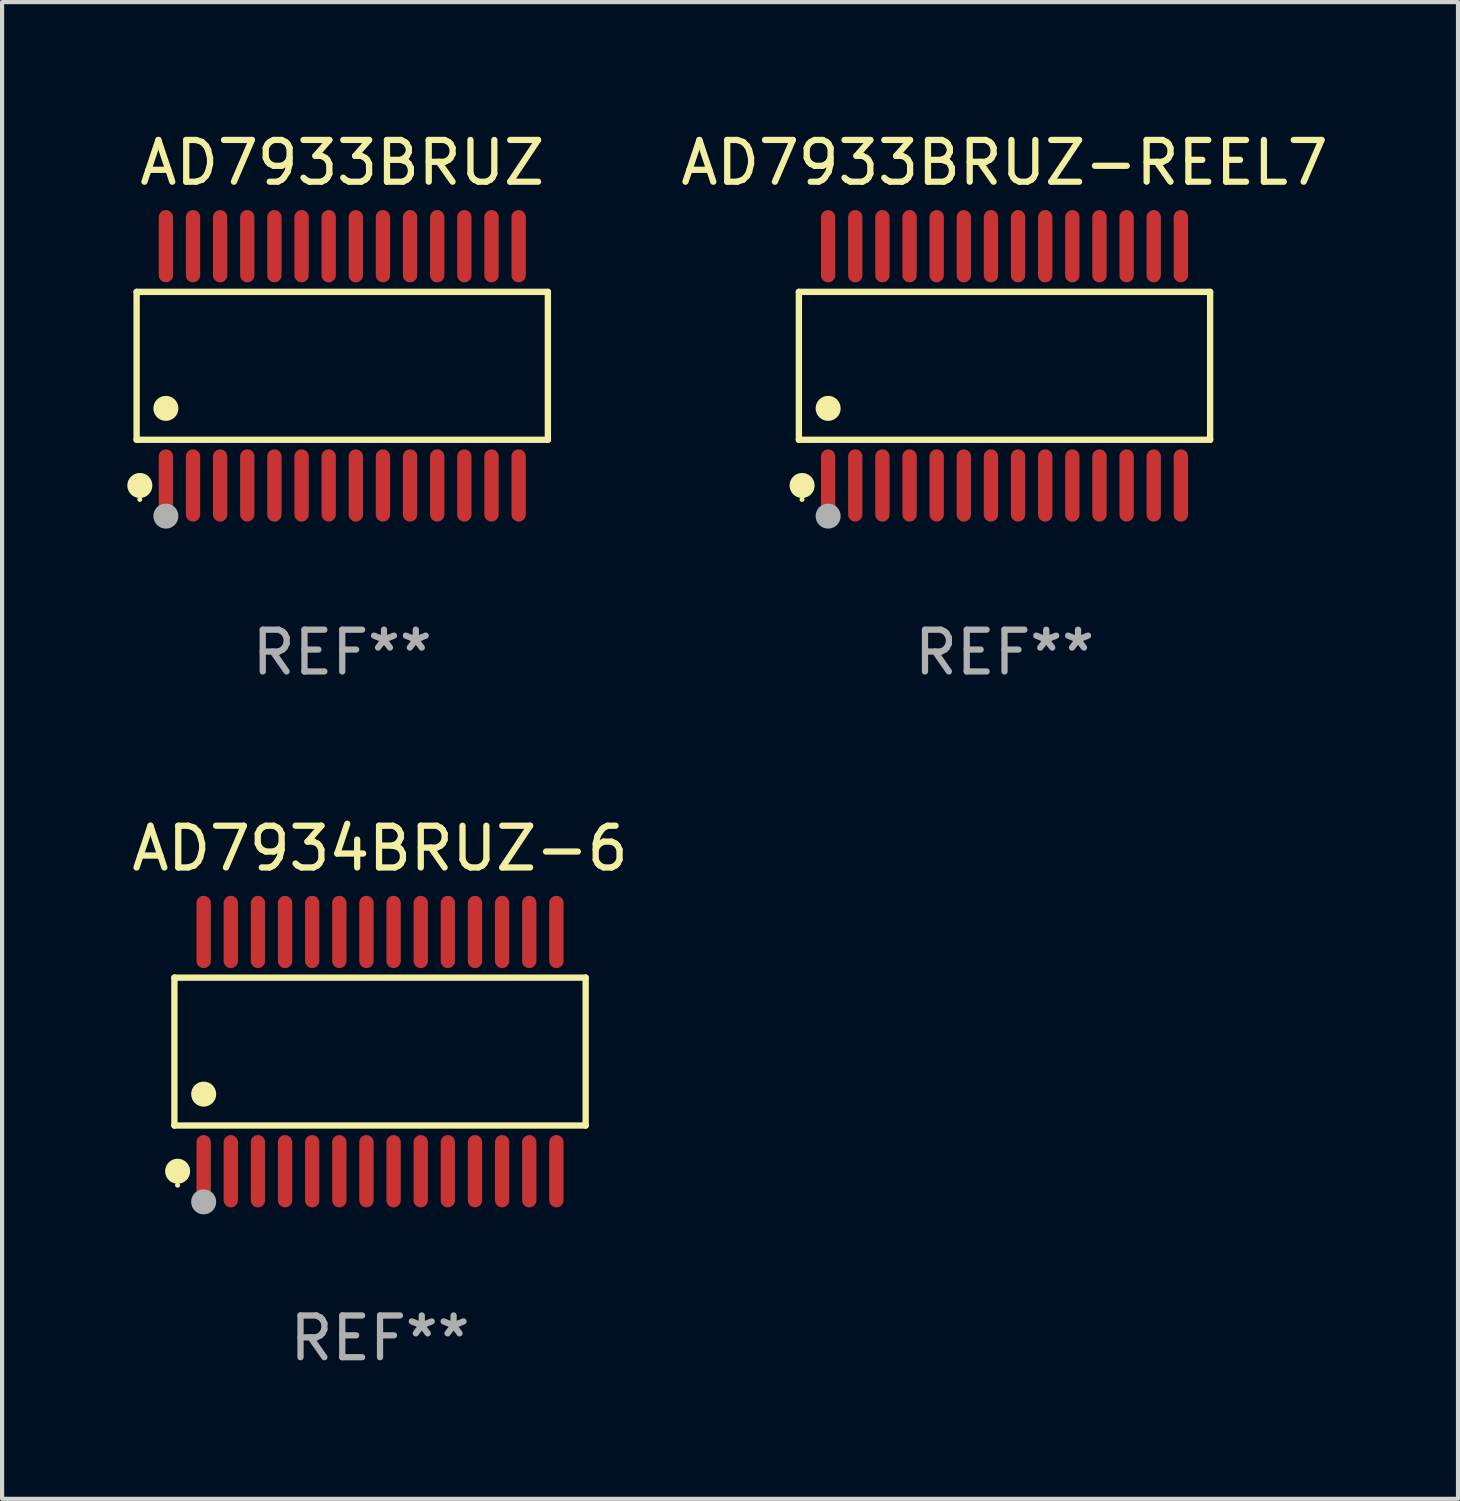
<source format=kicad_pcb>
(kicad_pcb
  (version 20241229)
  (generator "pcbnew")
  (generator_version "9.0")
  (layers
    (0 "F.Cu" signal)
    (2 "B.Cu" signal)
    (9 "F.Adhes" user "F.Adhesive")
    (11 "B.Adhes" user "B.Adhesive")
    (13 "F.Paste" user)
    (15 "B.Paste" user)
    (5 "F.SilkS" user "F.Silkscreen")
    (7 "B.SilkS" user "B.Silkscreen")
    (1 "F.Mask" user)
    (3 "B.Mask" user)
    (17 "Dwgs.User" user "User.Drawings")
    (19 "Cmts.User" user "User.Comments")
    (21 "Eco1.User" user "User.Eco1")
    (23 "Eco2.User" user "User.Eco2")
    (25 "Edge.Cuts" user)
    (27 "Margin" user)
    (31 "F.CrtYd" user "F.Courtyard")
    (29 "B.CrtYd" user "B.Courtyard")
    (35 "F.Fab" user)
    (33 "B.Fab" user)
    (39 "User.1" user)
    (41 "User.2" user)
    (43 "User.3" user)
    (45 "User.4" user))
  (footprint "AD7933BRUZ-REEL7"
    (layer "F.Cu")
    (at 21.014 5.714)
    (property "Reference" "AD7933BRUZ-REEL7" (at 0 -4.866 0) (layer "F.SilkS") (effects (font (size 1 1) (thickness 0.15))))
    (attr through_hole)
    (fp_line (start -4.926 -1.772) (end 4.926 -1.772) (stroke (width 0.152) (type solid)) (layer "F.SilkS"))
    (fp_line (start -4.926 1.771) (end -4.926 -1.772) (stroke (width 0.152) (type solid)) (layer "F.SilkS"))
    (fp_line (start 4.926 -1.772) (end 4.926 1.771) (stroke (width 0.152) (type solid)) (layer "F.SilkS"))
    (fp_line (start 4.926 1.771) (end -4.926 1.771) (stroke (width 0.152) (type solid)) (layer "F.SilkS"))
    (fp_circle (center -4.85 3.2) (end -4.82 3.2) (stroke (width 0.06) (type solid)) (fill no) (layer "F.SilkS"))
    (fp_circle (center -4.849 2.866) (end -4.699 2.866) (stroke (width 0.3) (type solid)) (fill no) (layer "F.SilkS"))
    (fp_circle (center -4.225 1.019) (end -4.075 1.019) (stroke (width 0.3) (type solid)) (fill no) (layer "F.SilkS"))
    (fp_circle (center -4.225 3.6) (end -4.075 3.6) (stroke (width 0.3) (type solid)) (fill no) (layer "F.Fab"))
    (fp_text user "REF**" (at 0 6.866 0) (layer "F.Fab") (effects (font (size 1 1) (thickness 0.15))))
    (pad "1" smd oval (at -4.225 2.866) (size 0.343 1.731) (layers "F.Cu" "F.Mask" "F.Paste"))
    (pad "2" smd oval (at -3.575 2.866) (size 0.343 1.731) (layers "F.Cu" "F.Mask" "F.Paste"))
    (pad "3" smd oval (at -2.925 2.866) (size 0.343 1.731) (layers "F.Cu" "F.Mask" "F.Paste"))
    (pad "4" smd oval (at -2.275 2.866) (size 0.343 1.731) (layers "F.Cu" "F.Mask" "F.Paste"))
    (pad "5" smd oval (at -1.625 2.866) (size 0.343 1.731) (layers "F.Cu" "F.Mask" "F.Paste"))
    (pad "6" smd oval (at -0.975 2.866) (size 0.343 1.731) (layers "F.Cu" "F.Mask" "F.Paste"))
    (pad "7" smd oval (at -0.325 2.866) (size 0.343 1.731) (layers "F.Cu" "F.Mask" "F.Paste"))
    (pad "8" smd oval (at 0.325 2.866) (size 0.343 1.731) (layers "F.Cu" "F.Mask" "F.Paste"))
    (pad "9" smd oval (at 0.975 2.866) (size 0.343 1.731) (layers "F.Cu" "F.Mask" "F.Paste"))
    (pad "10" smd oval (at 1.625 2.866) (size 0.343 1.731) (layers "F.Cu" "F.Mask" "F.Paste"))
    (pad "11" smd oval (at 2.275 2.866) (size 0.343 1.731) (layers "F.Cu" "F.Mask" "F.Paste"))
    (pad "12" smd oval (at 2.925 2.866) (size 0.343 1.731) (layers "F.Cu" "F.Mask" "F.Paste"))
    (pad "13" smd oval (at 3.575 2.866) (size 0.343 1.731) (layers "F.Cu" "F.Mask" "F.Paste"))
    (pad "14" smd oval (at 4.225 2.866) (size 0.343 1.731) (layers "F.Cu" "F.Mask" "F.Paste"))
    (pad "15" smd oval (at 4.225 -2.866) (size 0.343 1.731) (layers "F.Cu" "F.Mask" "F.Paste"))
    (pad "16" smd oval (at 3.575 -2.866) (size 0.343 1.731) (layers "F.Cu" "F.Mask" "F.Paste"))
    (pad "17" smd oval (at 2.925 -2.866) (size 0.343 1.731) (layers "F.Cu" "F.Mask" "F.Paste"))
    (pad "18" smd oval (at 2.275 -2.866) (size 0.343 1.731) (layers "F.Cu" "F.Mask" "F.Paste"))
    (pad "19" smd oval (at 1.625 -2.866) (size 0.343 1.731) (layers "F.Cu" "F.Mask" "F.Paste"))
    (pad "20" smd oval (at 0.975 -2.866) (size 0.343 1.731) (layers "F.Cu" "F.Mask" "F.Paste"))
    (pad "21" smd oval (at 0.325 -2.866) (size 0.343 1.731) (layers "F.Cu" "F.Mask" "F.Paste"))
    (pad "22" smd oval (at -0.325 -2.866) (size 0.343 1.731) (layers "F.Cu" "F.Mask" "F.Paste"))
    (pad "23" smd oval (at -0.975 -2.866) (size 0.343 1.731) (layers "F.Cu" "F.Mask" "F.Paste"))
    (pad "24" smd oval (at -1.625 -2.866) (size 0.343 1.731) (layers "F.Cu" "F.Mask" "F.Paste"))
    (pad "25" smd oval (at -2.275 -2.866) (size 0.343 1.731) (layers "F.Cu" "F.Mask" "F.Paste"))
    (pad "26" smd oval (at -2.925 -2.866) (size 0.343 1.731) (layers "F.Cu" "F.Mask" "F.Paste"))
    (pad "27" smd oval (at -3.575 -2.866) (size 0.343 1.731) (layers "F.Cu" "F.Mask" "F.Paste"))
    (pad "28" smd oval (at -4.225 -2.866) (size 0.343 1.731) (layers "F.Cu" "F.Mask" "F.Paste")))
  (footprint "AD7934BRUZ-6"
    (layer "F.Cu")
    (at 6.054 22.142)
    (property "Reference" "AD7934BRUZ-6" (at 0 -4.866 0) (layer "F.SilkS") (effects (font (size 1 1) (thickness 0.15))))
    (attr through_hole)
    (fp_line (start -4.926 -1.772) (end 4.926 -1.772) (stroke (width 0.152) (type solid)) (layer "F.SilkS"))
    (fp_line (start -4.926 1.771) (end -4.926 -1.772) (stroke (width 0.152) (type solid)) (layer "F.SilkS"))
    (fp_line (start 4.926 -1.772) (end 4.926 1.771) (stroke (width 0.152) (type solid)) (layer "F.SilkS"))
    (fp_line (start 4.926 1.771) (end -4.926 1.771) (stroke (width 0.152) (type solid)) (layer "F.SilkS"))
    (fp_circle (center -4.85 3.2) (end -4.82 3.2) (stroke (width 0.06) (type solid)) (fill no) (layer "F.SilkS"))
    (fp_circle (center -4.849 2.866) (end -4.699 2.866) (stroke (width 0.3) (type solid)) (fill no) (layer "F.SilkS"))
    (fp_circle (center -4.225 1.019) (end -4.075 1.019) (stroke (width 0.3) (type solid)) (fill no) (layer "F.SilkS"))
    (fp_circle (center -4.225 3.6) (end -4.075 3.6) (stroke (width 0.3) (type solid)) (fill no) (layer "F.Fab"))
    (fp_text user "REF**" (at 0 6.866 0) (layer "F.Fab") (effects (font (size 1 1) (thickness 0.15))))
    (pad "1" smd oval (at -4.225 2.866) (size 0.343 1.731) (layers "F.Cu" "F.Mask" "F.Paste"))
    (pad "2" smd oval (at -3.575 2.866) (size 0.343 1.731) (layers "F.Cu" "F.Mask" "F.Paste"))
    (pad "3" smd oval (at -2.925 2.866) (size 0.343 1.731) (layers "F.Cu" "F.Mask" "F.Paste"))
    (pad "4" smd oval (at -2.275 2.866) (size 0.343 1.731) (layers "F.Cu" "F.Mask" "F.Paste"))
    (pad "5" smd oval (at -1.625 2.866) (size 0.343 1.731) (layers "F.Cu" "F.Mask" "F.Paste"))
    (pad "6" smd oval (at -0.975 2.866) (size 0.343 1.731) (layers "F.Cu" "F.Mask" "F.Paste"))
    (pad "7" smd oval (at -0.325 2.866) (size 0.343 1.731) (layers "F.Cu" "F.Mask" "F.Paste"))
    (pad "8" smd oval (at 0.325 2.866) (size 0.343 1.731) (layers "F.Cu" "F.Mask" "F.Paste"))
    (pad "9" smd oval (at 0.975 2.866) (size 0.343 1.731) (layers "F.Cu" "F.Mask" "F.Paste"))
    (pad "10" smd oval (at 1.625 2.866) (size 0.343 1.731) (layers "F.Cu" "F.Mask" "F.Paste"))
    (pad "11" smd oval (at 2.275 2.866) (size 0.343 1.731) (layers "F.Cu" "F.Mask" "F.Paste"))
    (pad "12" smd oval (at 2.925 2.866) (size 0.343 1.731) (layers "F.Cu" "F.Mask" "F.Paste"))
    (pad "13" smd oval (at 3.575 2.866) (size 0.343 1.731) (layers "F.Cu" "F.Mask" "F.Paste"))
    (pad "14" smd oval (at 4.225 2.866) (size 0.343 1.731) (layers "F.Cu" "F.Mask" "F.Paste"))
    (pad "15" smd oval (at 4.225 -2.866) (size 0.343 1.731) (layers "F.Cu" "F.Mask" "F.Paste"))
    (pad "16" smd oval (at 3.575 -2.866) (size 0.343 1.731) (layers "F.Cu" "F.Mask" "F.Paste"))
    (pad "17" smd oval (at 2.925 -2.866) (size 0.343 1.731) (layers "F.Cu" "F.Mask" "F.Paste"))
    (pad "18" smd oval (at 2.275 -2.866) (size 0.343 1.731) (layers "F.Cu" "F.Mask" "F.Paste"))
    (pad "19" smd oval (at 1.625 -2.866) (size 0.343 1.731) (layers "F.Cu" "F.Mask" "F.Paste"))
    (pad "20" smd oval (at 0.975 -2.866) (size 0.343 1.731) (layers "F.Cu" "F.Mask" "F.Paste"))
    (pad "21" smd oval (at 0.325 -2.866) (size 0.343 1.731) (layers "F.Cu" "F.Mask" "F.Paste"))
    (pad "22" smd oval (at -0.325 -2.866) (size 0.343 1.731) (layers "F.Cu" "F.Mask" "F.Paste"))
    (pad "23" smd oval (at -0.975 -2.866) (size 0.343 1.731) (layers "F.Cu" "F.Mask" "F.Paste"))
    (pad "24" smd oval (at -1.625 -2.866) (size 0.343 1.731) (layers "F.Cu" "F.Mask" "F.Paste"))
    (pad "25" smd oval (at -2.275 -2.866) (size 0.343 1.731) (layers "F.Cu" "F.Mask" "F.Paste"))
    (pad "26" smd oval (at -2.925 -2.866) (size 0.343 1.731) (layers "F.Cu" "F.Mask" "F.Paste"))
    (pad "27" smd oval (at -3.575 -2.866) (size 0.343 1.731) (layers "F.Cu" "F.Mask" "F.Paste"))
    (pad "28" smd oval (at -4.225 -2.866) (size 0.343 1.731) (layers "F.Cu" "F.Mask" "F.Paste")))
  (footprint "AD7933BRUZ"
    (layer "F.Cu")
    (at 5.149 5.714)
    (property "Reference" "AD7933BRUZ" (at 0 -4.866 0) (layer "F.SilkS") (effects (font (size 1 1) (thickness 0.15))))
    (attr through_hole)
    (fp_line (start -4.926 -1.772) (end 4.926 -1.772) (stroke (width 0.152) (type solid)) (layer "F.SilkS"))
    (fp_line (start -4.926 1.771) (end -4.926 -1.772) (stroke (width 0.152) (type solid)) (layer "F.SilkS"))
    (fp_line (start 4.926 -1.772) (end 4.926 1.771) (stroke (width 0.152) (type solid)) (layer "F.SilkS"))
    (fp_line (start 4.926 1.771) (end -4.926 1.771) (stroke (width 0.152) (type solid)) (layer "F.SilkS"))
    (fp_circle (center -4.85 3.2) (end -4.82 3.2) (stroke (width 0.06) (type solid)) (fill no) (layer "F.SilkS"))
    (fp_circle (center -4.849 2.866) (end -4.699 2.866) (stroke (width 0.3) (type solid)) (fill no) (layer "F.SilkS"))
    (fp_circle (center -4.225 1.019) (end -4.075 1.019) (stroke (width 0.3) (type solid)) (fill no) (layer "F.SilkS"))
    (fp_circle (center -4.225 3.6) (end -4.075 3.6) (stroke (width 0.3) (type solid)) (fill no) (layer "F.Fab"))
    (fp_text user "REF**" (at 0 6.866 0) (layer "F.Fab") (effects (font (size 1 1) (thickness 0.15))))
    (pad "1" smd oval (at -4.225 2.866) (size 0.343 1.731) (layers "F.Cu" "F.Mask" "F.Paste"))
    (pad "2" smd oval (at -3.575 2.866) (size 0.343 1.731) (layers "F.Cu" "F.Mask" "F.Paste"))
    (pad "3" smd oval (at -2.925 2.866) (size 0.343 1.731) (layers "F.Cu" "F.Mask" "F.Paste"))
    (pad "4" smd oval (at -2.275 2.866) (size 0.343 1.731) (layers "F.Cu" "F.Mask" "F.Paste"))
    (pad "5" smd oval (at -1.625 2.866) (size 0.343 1.731) (layers "F.Cu" "F.Mask" "F.Paste"))
    (pad "6" smd oval (at -0.975 2.866) (size 0.343 1.731) (layers "F.Cu" "F.Mask" "F.Paste"))
    (pad "7" smd oval (at -0.325 2.866) (size 0.343 1.731) (layers "F.Cu" "F.Mask" "F.Paste"))
    (pad "8" smd oval (at 0.325 2.866) (size 0.343 1.731) (layers "F.Cu" "F.Mask" "F.Paste"))
    (pad "9" smd oval (at 0.975 2.866) (size 0.343 1.731) (layers "F.Cu" "F.Mask" "F.Paste"))
    (pad "10" smd oval (at 1.625 2.866) (size 0.343 1.731) (layers "F.Cu" "F.Mask" "F.Paste"))
    (pad "11" smd oval (at 2.275 2.866) (size 0.343 1.731) (layers "F.Cu" "F.Mask" "F.Paste"))
    (pad "12" smd oval (at 2.925 2.866) (size 0.343 1.731) (layers "F.Cu" "F.Mask" "F.Paste"))
    (pad "13" smd oval (at 3.575 2.866) (size 0.343 1.731) (layers "F.Cu" "F.Mask" "F.Paste"))
    (pad "14" smd oval (at 4.225 2.866) (size 0.343 1.731) (layers "F.Cu" "F.Mask" "F.Paste"))
    (pad "15" smd oval (at 4.225 -2.866) (size 0.343 1.731) (layers "F.Cu" "F.Mask" "F.Paste"))
    (pad "16" smd oval (at 3.575 -2.866) (size 0.343 1.731) (layers "F.Cu" "F.Mask" "F.Paste"))
    (pad "17" smd oval (at 2.925 -2.866) (size 0.343 1.731) (layers "F.Cu" "F.Mask" "F.Paste"))
    (pad "18" smd oval (at 2.275 -2.866) (size 0.343 1.731) (layers "F.Cu" "F.Mask" "F.Paste"))
    (pad "19" smd oval (at 1.625 -2.866) (size 0.343 1.731) (layers "F.Cu" "F.Mask" "F.Paste"))
    (pad "20" smd oval (at 0.975 -2.866) (size 0.343 1.731) (layers "F.Cu" "F.Mask" "F.Paste"))
    (pad "21" smd oval (at 0.325 -2.866) (size 0.343 1.731) (layers "F.Cu" "F.Mask" "F.Paste"))
    (pad "22" smd oval (at -0.325 -2.866) (size 0.343 1.731) (layers "F.Cu" "F.Mask" "F.Paste"))
    (pad "23" smd oval (at -0.975 -2.866) (size 0.343 1.731) (layers "F.Cu" "F.Mask" "F.Paste"))
    (pad "24" smd oval (at -1.625 -2.866) (size 0.343 1.731) (layers "F.Cu" "F.Mask" "F.Paste"))
    (pad "25" smd oval (at -2.275 -2.866) (size 0.343 1.731) (layers "F.Cu" "F.Mask" "F.Paste"))
    (pad "26" smd oval (at -2.925 -2.866) (size 0.343 1.731) (layers "F.Cu" "F.Mask" "F.Paste"))
    (pad "27" smd oval (at -3.575 -2.866) (size 0.343 1.731) (layers "F.Cu" "F.Mask" "F.Paste"))
    (pad "28" smd oval (at -4.225 -2.866) (size 0.343 1.731) (layers "F.Cu" "F.Mask" "F.Paste")))
  (gr_rect
    (start -3 -3)
    (end 31.878 32.856)
    (stroke (width 0.1) (type default))
    (fill no)
    (layer "Edge.Cuts")))
</source>
